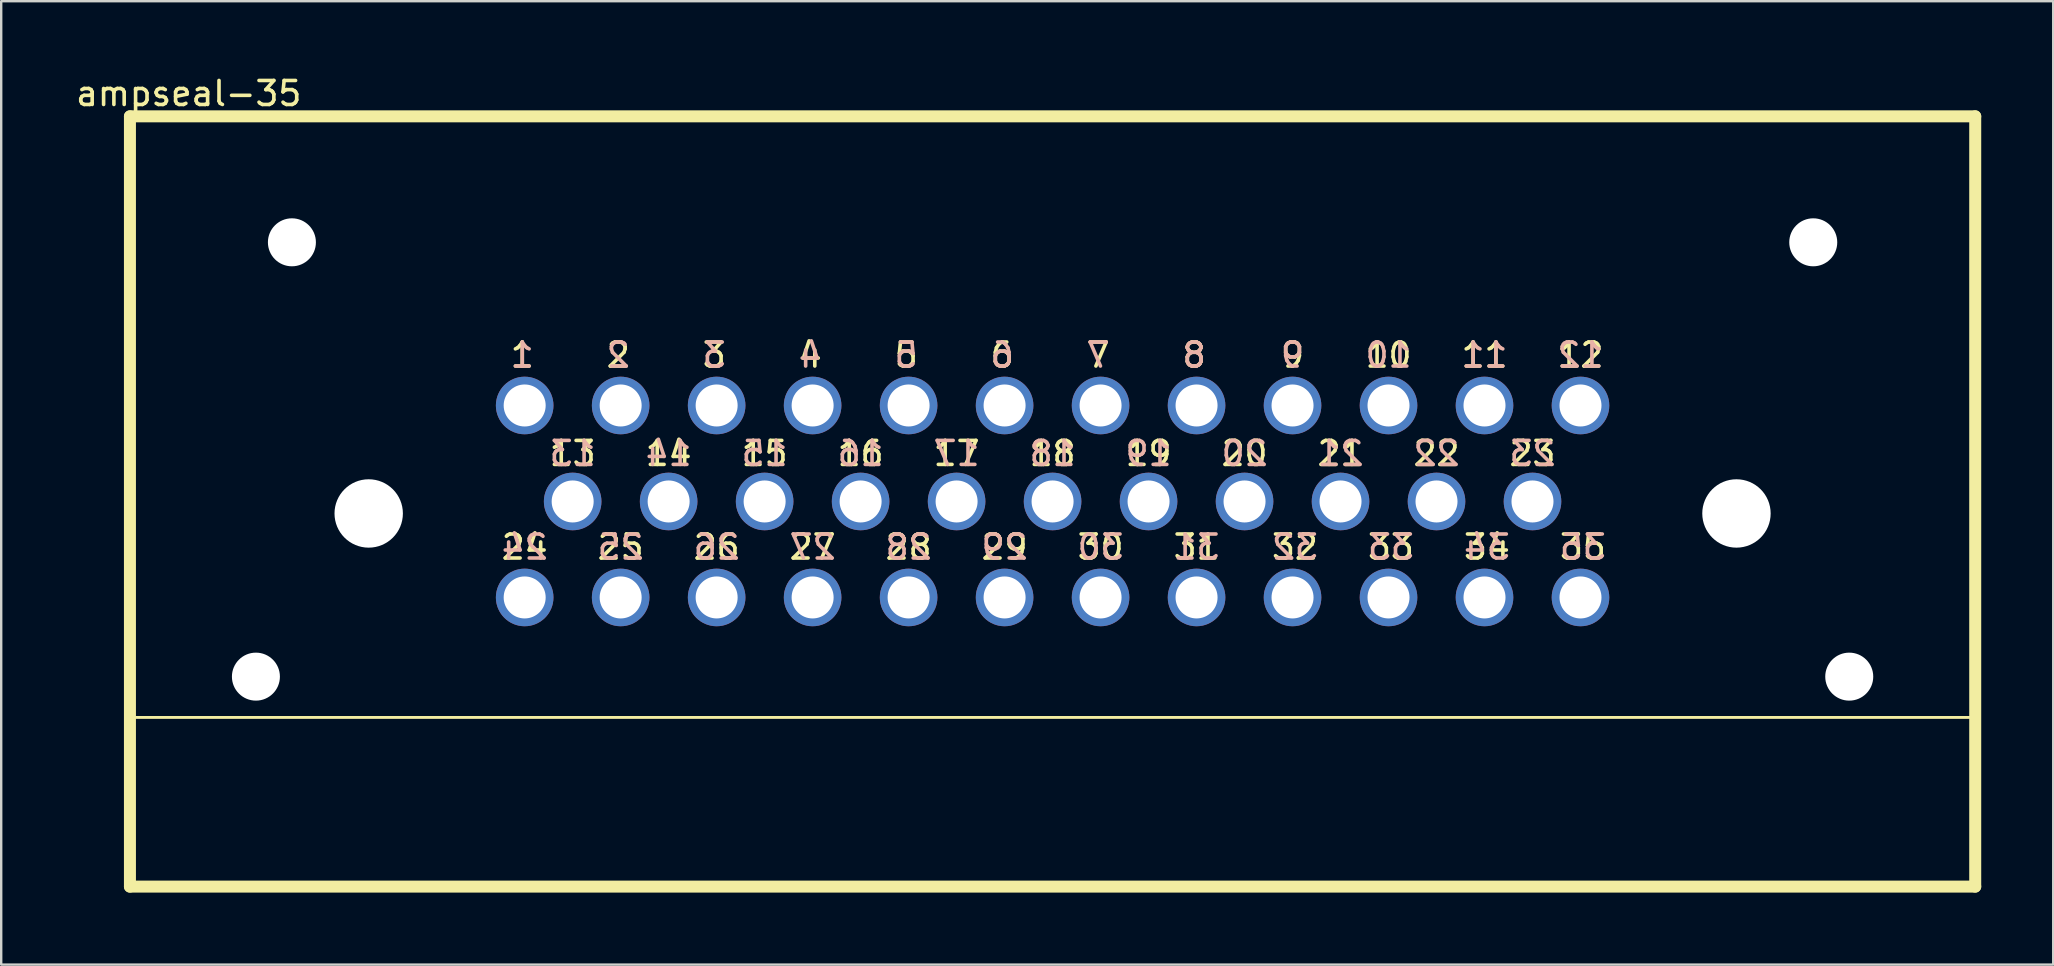
<source format=kicad_pcb>
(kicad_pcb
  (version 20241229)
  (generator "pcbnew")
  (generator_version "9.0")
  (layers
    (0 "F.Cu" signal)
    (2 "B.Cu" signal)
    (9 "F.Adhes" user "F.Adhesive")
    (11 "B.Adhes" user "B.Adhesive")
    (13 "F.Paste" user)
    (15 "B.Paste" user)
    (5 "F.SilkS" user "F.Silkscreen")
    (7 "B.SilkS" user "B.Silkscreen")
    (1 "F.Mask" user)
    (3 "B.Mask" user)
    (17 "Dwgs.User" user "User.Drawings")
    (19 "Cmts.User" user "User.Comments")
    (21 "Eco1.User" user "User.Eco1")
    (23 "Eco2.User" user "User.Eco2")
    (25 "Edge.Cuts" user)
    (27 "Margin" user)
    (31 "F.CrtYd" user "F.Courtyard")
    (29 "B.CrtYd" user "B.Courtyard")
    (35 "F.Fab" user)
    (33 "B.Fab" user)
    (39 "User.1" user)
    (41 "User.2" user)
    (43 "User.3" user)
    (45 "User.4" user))
  (footprint "ampseal-35"
    (layer "F.Cu")
    (at 40.815 17.848)
    (property "Reference" "ampseal-35" (at -36 -17 0) (layer "F.SilkS") (effects (font (size 1 1) (thickness 0.15))))
    (attr through_hole)
    (fp_line (start -38.45 -16.05) (end -38.45 16.05) (stroke (width 0.5) (type solid)) (layer "F.SilkS"))
    (fp_line (start -38.45 -16.05) (end 38.45 -16.05) (stroke (width 0.5) (type solid)) (layer "F.SilkS"))
    (fp_line (start -38.45 16.05) (end 38.45 16.05) (stroke (width 0.5) (type solid)) (layer "F.SilkS"))
    (fp_line (start -38.354 9) (end 38.354 9) (stroke (width 0.12) (type solid)) (layer "F.SilkS"))
    (fp_line (start 38.45 -16.05) (end 38.45 16.05) (stroke (width 0.5) (type solid)) (layer "F.SilkS"))
    (fp_text user "12" (at 22 -6.1 0) (unlocked yes) (layer "F.SilkS") (effects (font (size 1 1) (thickness 0.15))))
    (fp_text user "11" (at 18 -6.1 0) (unlocked yes) (layer "F.SilkS") (effects (font (size 1 1) (thickness 0.15))))
    (fp_text user "28" (at -6 1.9 0) (unlocked yes) (layer "F.SilkS") (effects (font (size 1 1) (thickness 0.15))))
    (fp_text user "23" (at 20 -2 0) (unlocked yes) (layer "F.SilkS") (effects (font (size 1 1) (thickness 0.15))))
    (fp_text user "2" (at -18.1 -6.1 0) (unlocked yes) (layer "F.SilkS") (effects (font (size 1 1) (thickness 0.15))))
    (fp_text user "32" (at 10.1 1.9 0) (unlocked yes) (layer "F.SilkS") (effects (font (size 1 1) (thickness 0.15))))
    (fp_text user "15" (at -12 -2 0) (unlocked yes) (layer "F.SilkS") (effects (font (size 1 1) (thickness 0.15))))
    (fp_text user "14" (at -16 -2 0) (unlocked yes) (layer "F.SilkS") (effects (font (size 1 1) (thickness 0.15))))
    (fp_text user "33" (at 14.1 1.9 0) (unlocked yes) (layer "F.SilkS") (effects (font (size 1 1) (thickness 0.15))))
    (fp_text user "21" (at 12 -2 0) (unlocked yes) (layer "F.SilkS") (effects (font (size 1 1) (thickness 0.15))))
    (fp_text user "22" (at 16 -2 0) (unlocked yes) (layer "F.SilkS") (effects (font (size 1 1) (thickness 0.15))))
    (fp_text user "8" (at 5.9 -6.1 0) (unlocked yes) (layer "F.SilkS") (effects (font (size 1 1) (thickness 0.15))))
    (fp_text user "26" (at -14 1.9 0) (unlocked yes) (layer "F.SilkS") (effects (font (size 1 1) (thickness 0.15))))
    (fp_text user "4" (at -10.1 -6.1 0) (unlocked yes) (layer "F.SilkS") (effects (font (size 1 1) (thickness 0.15))))
    (fp_text user "19" (at 4 -2 0) (unlocked yes) (layer "F.SilkS") (effects (font (size 1 1) (thickness 0.15))))
    (fp_text user "31" (at 6 1.9 0) (unlocked yes) (layer "F.SilkS") (effects (font (size 1 1) (thickness 0.15))))
    (fp_text user "24" (at -22 1.9 0) (unlocked yes) (layer "F.SilkS") (effects (font (size 1 1) (thickness 0.15))))
    (fp_text user "1" (at -22.1 -6.1 0) (unlocked yes) (layer "F.SilkS") (effects (font (size 1 1) (thickness 0.15))))
    (fp_text user "35" (at 22.1 1.9 0) (unlocked yes) (layer "F.SilkS") (effects (font (size 1 1) (thickness 0.15))))
    (fp_text user "27" (at -10 1.9 0) (unlocked yes) (layer "F.SilkS") (effects (font (size 1 1) (thickness 0.15))))
    (fp_text user "10" (at 14 -6.1 0) (unlocked yes) (layer "F.SilkS") (effects (font (size 1 1) (thickness 0.15))))
    (fp_text user "5" (at -6.1 -6.1 0) (unlocked yes) (layer "F.SilkS") (effects (font (size 1 1) (thickness 0.15))))
    (fp_text user "29" (at -2 1.9 0) (unlocked yes) (layer "F.SilkS") (effects (font (size 1 1) (thickness 0.15))))
    (fp_text user "17" (at -4 -2 0) (unlocked yes) (layer "F.SilkS") (effects (font (size 1 1) (thickness 0.15))))
    (fp_text user "20" (at 8 -2 0) (unlocked yes) (layer "F.SilkS") (effects (font (size 1 1) (thickness 0.15))))
    (fp_text user "18" (at 0 -2 0) (unlocked yes) (layer "F.SilkS") (effects (font (size 1 1) (thickness 0.15))))
    (fp_text user "7" (at 1.9 -6.1 0) (unlocked yes) (layer "F.SilkS") (effects (font (size 1 1) (thickness 0.15))))
    (fp_text user "16" (at -8 -2 0) (unlocked yes) (layer "F.SilkS") (effects (font (size 1 1) (thickness 0.15))))
    (fp_text user "30" (at 2 1.9 0) (unlocked yes) (layer "F.SilkS") (effects (font (size 1 1) (thickness 0.15))))
    (fp_text user "9" (at 10 -6.1 0) (unlocked yes) (layer "F.SilkS") (effects (font (size 1 1) (thickness 0.15))))
    (fp_text user "13" (at -20 -2 0) (unlocked yes) (layer "F.SilkS") (effects (font (size 1 1) (thickness 0.15))))
    (fp_text user "6" (at -2.1 -6.1 0) (unlocked yes) (layer "F.SilkS") (effects (font (size 1 1) (thickness 0.15))))
    (fp_text user "3" (at -14.1 -6.1 0) (unlocked yes) (layer "F.SilkS") (effects (font (size 1 1) (thickness 0.15))))
    (fp_text user "34" (at 18.1 1.9 0) (unlocked yes) (layer "F.SilkS") (effects (font (size 1 1) (thickness 0.15))))
    (fp_text user "25" (at -18 1.9 0) (unlocked yes) (layer "F.SilkS") (effects (font (size 1 1) (thickness 0.15))))
    (fp_text user "22" (at 16 -2 0) (unlocked yes) (layer "B.SilkS") (effects (font (size 1 1) (thickness 0.15)) (justify mirror)))
    (fp_text user "33" (at 14.1 1.9 0) (unlocked yes) (layer "B.SilkS") (effects (font (size 1 1) (thickness 0.15)) (justify mirror)))
    (fp_text user "23" (at 20 -2 0) (unlocked yes) (layer "B.SilkS") (effects (font (size 1 1) (thickness 0.15)) (justify mirror)))
    (fp_text user "18" (at 0 -2 0) (unlocked yes) (layer "B.SilkS") (effects (font (size 1 1) (thickness 0.15)) (justify mirror)))
    (fp_text user "31" (at 6 1.9 0) (unlocked yes) (layer "B.SilkS") (effects (font (size 1 1) (thickness 0.15)) (justify mirror)))
    (fp_text user "35" (at 22.1 1.9 0) (unlocked yes) (layer "B.SilkS") (effects (font (size 1 1) (thickness 0.15)) (justify mirror)))
    (fp_text user "5" (at -6.1 -6.1 0) (unlocked yes) (layer "B.SilkS") (effects (font (size 1 1) (thickness 0.15)) (justify mirror)))
    (fp_text user "29" (at -2 1.9 0) (unlocked yes) (layer "B.SilkS") (effects (font (size 1 1) (thickness 0.15)) (justify mirror)))
    (fp_text user "8" (at 5.9 -6.1 0) (unlocked yes) (layer "B.SilkS") (effects (font (size 1 1) (thickness 0.15)) (justify mirror)))
    (fp_text user "24" (at -22 1.9 0) (unlocked yes) (layer "B.SilkS") (effects (font (size 1 1) (thickness 0.15)) (justify mirror)))
    (fp_text user "30" (at 2 1.9 0) (unlocked yes) (layer "B.SilkS") (effects (font (size 1 1) (thickness 0.15)) (justify mirror)))
    (fp_text user "2" (at -18.1 -6.1 0) (unlocked yes) (layer "B.SilkS") (effects (font (size 1 1) (thickness 0.15)) (justify mirror)))
    (fp_text user "20" (at 8 -2 0) (unlocked yes) (layer "B.SilkS") (effects (font (size 1 1) (thickness 0.15)) (justify mirror)))
    (fp_text user "15" (at -12 -2 0) (unlocked yes) (layer "B.SilkS") (effects (font (size 1 1) (thickness 0.15)) (justify mirror)))
    (fp_text user "16" (at -8 -2 0) (unlocked yes) (layer "B.SilkS") (effects (font (size 1 1) (thickness 0.15)) (justify mirror)))
    (fp_text user "26" (at -14 1.9 0) (unlocked yes) (layer "B.SilkS") (effects (font (size 1 1) (thickness 0.15)) (justify mirror)))
    (fp_text user "14" (at -16 -2 0) (unlocked yes) (layer "B.SilkS") (effects (font (size 1 1) (thickness 0.15)) (justify mirror)))
    (fp_text user "10" (at 14 -6.1 0) (unlocked yes) (layer "B.SilkS") (effects (font (size 1 1) (thickness 0.15)) (justify mirror)))
    (fp_text user "25" (at -18 1.9 0) (unlocked yes) (layer "B.SilkS") (effects (font (size 1 1) (thickness 0.15)) (justify mirror)))
    (fp_text user "11" (at 18 -6.1 0) (unlocked yes) (layer "B.SilkS") (effects (font (size 1 1) (thickness 0.15)) (justify mirror)))
    (fp_text user "1" (at -22.1 -6.1 0) (unlocked yes) (layer "B.SilkS") (effects (font (size 1 1) (thickness 0.15)) (justify mirror)))
    (fp_text user "28" (at -6 1.9 0) (unlocked yes) (layer "B.SilkS") (effects (font (size 1 1) (thickness 0.15)) (justify mirror)))
    (fp_text user "21" (at 12 -2 0) (unlocked yes) (layer "B.SilkS") (effects (font (size 1 1) (thickness 0.15)) (justify mirror)))
    (fp_text user "9" (at 10 -6.1 0) (unlocked yes) (layer "B.SilkS") (effects (font (size 1 1) (thickness 0.15)) (justify mirror)))
    (fp_text user "27" (at -10 1.9 0) (unlocked yes) (layer "B.SilkS") (effects (font (size 1 1) (thickness 0.15)) (justify mirror)))
    (fp_text user "17" (at -4 -2 0) (unlocked yes) (layer "B.SilkS") (effects (font (size 1 1) (thickness 0.15)) (justify mirror)))
    (fp_text user "34" (at 18.1 1.9 0) (unlocked yes) (layer "B.SilkS") (effects (font (size 1 1) (thickness 0.15)) (justify mirror)))
    (fp_text user "12" (at 22 -6.1 0) (unlocked yes) (layer "B.SilkS") (effects (font (size 1 1) (thickness 0.15)) (justify mirror)))
    (fp_text user "32" (at 10.1 1.9 0) (unlocked yes) (layer "B.SilkS") (effects (font (size 1 1) (thickness 0.15)) (justify mirror)))
    (fp_text user "19" (at 4 -2 0) (unlocked yes) (layer "B.SilkS") (effects (font (size 1 1) (thickness 0.15)) (justify mirror)))
    (fp_text user "7" (at 1.9 -6.1 0) (unlocked yes) (layer "B.SilkS") (effects (font (size 1 1) (thickness 0.15)) (justify mirror)))
    (fp_text user "13" (at -20 -2 0) (unlocked yes) (layer "B.SilkS") (effects (font (size 1 1) (thickness 0.15)) (justify mirror)))
    (fp_text user "6" (at -2.1 -6.1 0) (unlocked yes) (layer "B.SilkS") (effects (font (size 1 1) (thickness 0.15)) (justify mirror)))
    (fp_text user "3" (at -14.1 -6.1 0) (unlocked yes) (layer "B.SilkS") (effects (font (size 1 1) (thickness 0.15)) (justify mirror)))
    (fp_text user "4" (at -10.1 -6.1 0) (unlocked yes) (layer "B.SilkS") (effects (font (size 1 1) (thickness 0.15)) (justify mirror)))
    (pad "" np_thru_hole circle (at -33.2 7.3) (size 2 2) (drill 2) (layers "*.Cu" "*.Mask"))
    (pad "" np_thru_hole circle (at -31.7 -10.8) (size 2 2) (drill 2) (layers "*.Cu" "*.Mask"))
    (pad "" np_thru_hole circle (at -28.5 0.5) (size 2.85 2.85) (drill 2.85) (layers "*.Cu" "*.Mask"))
    (pad "" np_thru_hole circle (at 28.5 0.5) (size 2.85 2.85) (drill 2.85) (layers "*.Cu" "*.Mask"))
    (pad "" np_thru_hole circle (at 31.7 -10.8) (size 2 2) (drill 2) (layers "*.Cu" "*.Mask"))
    (pad "" np_thru_hole circle (at 33.2 7.3) (size 2 2) (drill 2) (layers "*.Cu" "*.Mask"))
    (pad "1" thru_hole circle (at -22 -4) (size 2.4 2.4) (drill 1.75) (layers "*.Cu" "*.Mask"))
    (pad "2" thru_hole circle (at -18 -4) (size 2.4 2.4) (drill 1.75) (layers "*.Cu" "*.Mask"))
    (pad "3" thru_hole circle (at -14 -4) (size 2.4 2.4) (drill 1.75) (layers "*.Cu" "*.Mask"))
    (pad "4" thru_hole circle (at -10 -4) (size 2.4 2.4) (drill 1.75) (layers "*.Cu" "*.Mask"))
    (pad "5" thru_hole circle (at -6 -4) (size 2.4 2.4) (drill 1.75) (layers "*.Cu" "*.Mask"))
    (pad "6" thru_hole circle (at -2 -4) (size 2.4 2.4) (drill 1.75) (layers "*.Cu" "*.Mask"))
    (pad "7" thru_hole circle (at 2 -4) (size 2.4 2.4) (drill 1.75) (layers "*.Cu" "*.Mask"))
    (pad "8" thru_hole circle (at 6 -4) (size 2.4 2.4) (drill 1.75) (layers "*.Cu" "*.Mask"))
    (pad "9" thru_hole circle (at 10 -4) (size 2.4 2.4) (drill 1.75) (layers "*.Cu" "*.Mask"))
    (pad "10" thru_hole circle (at 14 -4) (size 2.4 2.4) (drill 1.75) (layers "*.Cu" "*.Mask"))
    (pad "11" thru_hole circle (at 18 -4) (size 2.4 2.4) (drill 1.75) (layers "*.Cu" "*.Mask"))
    (pad "12" thru_hole circle (at 22 -4) (size 2.4 2.4) (drill 1.75) (layers "*.Cu" "*.Mask"))
    (pad "13" thru_hole circle (at -20 0) (size 2.4 2.4) (drill 1.75) (layers "*.Cu" "*.Mask"))
    (pad "14" thru_hole circle (at -16 0) (size 2.4 2.4) (drill 1.75) (layers "*.Cu" "*.Mask"))
    (pad "15" thru_hole circle (at -12 0) (size 2.4 2.4) (drill 1.75) (layers "*.Cu" "*.Mask"))
    (pad "16" thru_hole circle (at -8 0) (size 2.4 2.4) (drill 1.75) (layers "*.Cu" "*.Mask"))
    (pad "17" thru_hole circle (at -4 0) (size 2.4 2.4) (drill 1.75) (layers "*.Cu" "*.Mask"))
    (pad "18" thru_hole circle (at 0 0) (size 2.4 2.4) (drill 1.75) (layers "*.Cu" "*.Mask"))
    (pad "19" thru_hole circle (at 4 0) (size 2.4 2.4) (drill 1.75) (layers "*.Cu" "*.Mask"))
    (pad "20" thru_hole circle (at 8 0) (size 2.4 2.4) (drill 1.75) (layers "*.Cu" "*.Mask"))
    (pad "21" thru_hole circle (at 12 0) (size 2.4 2.4) (drill 1.75) (layers "*.Cu" "*.Mask"))
    (pad "22" thru_hole circle (at 16 0) (size 2.4 2.4) (drill 1.75) (layers "*.Cu" "*.Mask"))
    (pad "23" thru_hole circle (at 20 0) (size 2.4 2.4) (drill 1.75) (layers "*.Cu" "*.Mask"))
    (pad "24" thru_hole circle (at -22 4) (size 2.4 2.4) (drill 1.75) (layers "*.Cu" "*.Mask"))
    (pad "25" thru_hole circle (at -18 4) (size 2.4 2.4) (drill 1.75) (layers "*.Cu" "*.Mask"))
    (pad "26" thru_hole circle (at -14 4) (size 2.4 2.4) (drill 1.75) (layers "*.Cu" "*.Mask"))
    (pad "27" thru_hole circle (at -10 4) (size 2.4 2.4) (drill 1.75) (layers "*.Cu" "*.Mask"))
    (pad "28" thru_hole circle (at -6 4) (size 2.4 2.4) (drill 1.75) (layers "*.Cu" "*.Mask"))
    (pad "29" thru_hole circle (at -2 4) (size 2.4 2.4) (drill 1.75) (layers "*.Cu" "*.Mask"))
    (pad "30" thru_hole circle (at 2 4) (size 2.4 2.4) (drill 1.75) (layers "*.Cu" "*.Mask"))
    (pad "31" thru_hole circle (at 6 4) (size 2.4 2.4) (drill 1.75) (layers "*.Cu" "*.Mask"))
    (pad "32" thru_hole circle (at 10 4) (size 2.4 2.4) (drill 1.75) (layers "*.Cu" "*.Mask"))
    (pad "33" thru_hole circle (at 14 4) (size 2.4 2.4) (drill 1.75) (layers "*.Cu" "*.Mask"))
    (pad "34" thru_hole circle (at 18 4) (size 2.4 2.4) (drill 1.75) (layers "*.Cu" "*.Mask"))
    (pad "35" thru_hole circle (at 22 4) (size 2.4 2.4) (drill 1.75) (layers "*.Cu" "*.Mask")))
  (gr_rect
    (start -3 -3)
    (end 82.515 37.148)
    (stroke (width 0.1) (type default))
    (fill no)
    (layer "Edge.Cuts")))
</source>
